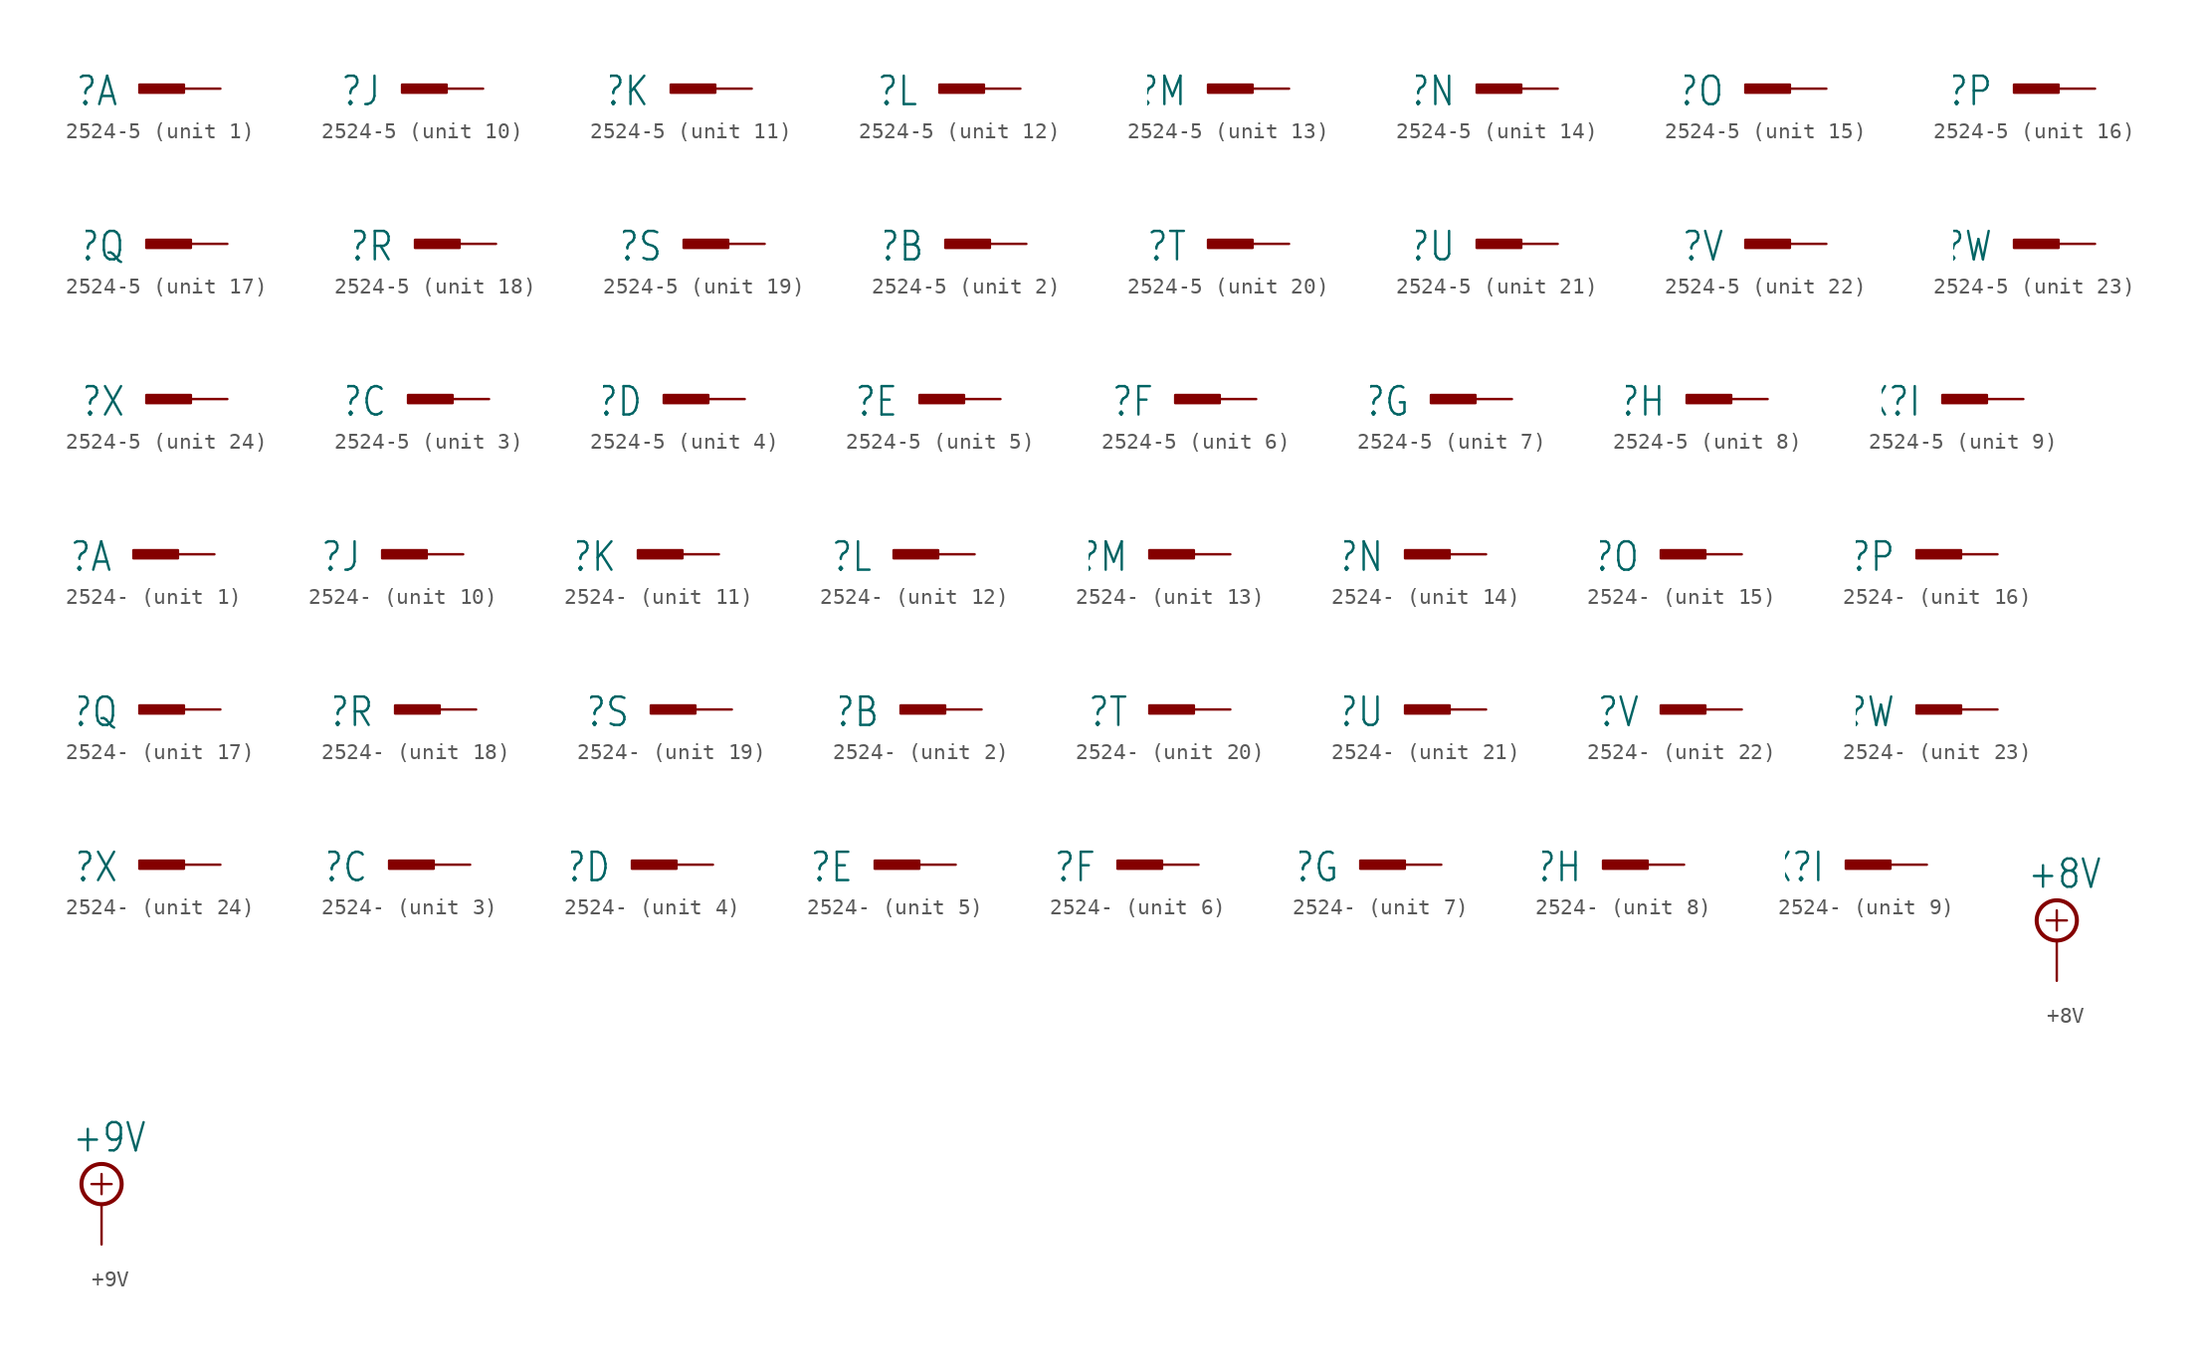
<source format=kicad_sym>
(kicad_symbol_lib
  (version 20211014)
  (generator kicad_symbol_editor)
  (symbol "2524-5"
    (property "Reference" "X"
      (at -1.27 0.889 0)
      (effects (font (size 1.778 1.511)) (justify right top)))
    (property "ki_locked" ""
      (at 0 0 0)
      (effects (font (size 1.27 1.27))))
    (symbol "2524-5_1_0"
      (rectangle (start 0 -0.254) (end 2.794 0.254) (stroke (width 0) (type default) (color 0 0 0 0)) (fill (type outline)))
      (pin passive line (at 5.08 0 180) (length 2.54) (name "KL" (effects (font (size 0 0)))) (number "1" (effects (font (size 0 0))))))
    (symbol "2524-5_2_0"
      (rectangle (start 0 -0.254) (end 2.794 0.254) (stroke (width 0) (type default) (color 0 0 0 0)) (fill (type outline)))
      (pin passive line (at 5.08 0 180) (length 2.54) (name "KL" (effects (font (size 0 0)))) (number "2" (effects (font (size 0 0))))))
    (symbol "2524-5_3_0"
      (rectangle (start 0 -0.254) (end 2.794 0.254) (stroke (width 0) (type default) (color 0 0 0 0)) (fill (type outline)))
      (pin passive line (at 5.08 0 180) (length 2.54) (name "KL" (effects (font (size 0 0)))) (number "3" (effects (font (size 0 0))))))
    (symbol "2524-5_4_0"
      (rectangle (start 0 -0.254) (end 2.794 0.254) (stroke (width 0) (type default) (color 0 0 0 0)) (fill (type outline)))
      (pin passive line (at 5.08 0 180) (length 2.54) (name "KL" (effects (font (size 0 0)))) (number "4" (effects (font (size 0 0))))))
    (symbol "2524-5_5_0"
      (rectangle (start 0 -0.254) (end 2.794 0.254) (stroke (width 0) (type default) (color 0 0 0 0)) (fill (type outline)))
      (pin passive line (at 5.08 0 180) (length 2.54) (name "KL" (effects (font (size 0 0)))) (number "5" (effects (font (size 0 0))))))
    (symbol "2524-5_6_0"
      (rectangle (start 0 -0.254) (end 2.794 0.254) (stroke (width 0) (type default) (color 0 0 0 0)) (fill (type outline)))
      (pin passive line (at 5.08 0 180) (length 2.54) (name "KL" (effects (font (size 0 0)))) (number "6" (effects (font (size 0 0))))))
    (symbol "2524-5_7_0"
      (rectangle (start 0 -0.254) (end 2.794 0.254) (stroke (width 0) (type default) (color 0 0 0 0)) (fill (type outline)))
      (pin passive line (at 5.08 0 180) (length 2.54) (name "KL" (effects (font (size 0 0)))) (number "7" (effects (font (size 0 0))))))
    (symbol "2524-5_8_0"
      (rectangle (start 0 -0.254) (end 2.794 0.254) (stroke (width 0) (type default) (color 0 0 0 0)) (fill (type outline)))
      (pin passive line (at 5.08 0 180) (length 2.54) (name "KL" (effects (font (size 0 0)))) (number "8" (effects (font (size 0 0))))))
    (symbol "2524-5_9_0"
      (rectangle (start 0 -0.254) (end 2.794 0.254) (stroke (width 0) (type default) (color 0 0 0 0)) (fill (type outline)))
      (pin passive line (at 5.08 0 180) (length 2.54) (name "KL" (effects (font (size 0 0)))) (number "9" (effects (font (size 0 0))))))
    (symbol "2524-5_10_0"
      (rectangle (start 0 -0.254) (end 2.794 0.254) (stroke (width 0) (type default) (color 0 0 0 0)) (fill (type outline)))
      (pin passive line (at 5.08 0 180) (length 2.54) (name "KL" (effects (font (size 0 0)))) (number "10" (effects (font (size 0 0))))))
    (symbol "2524-5_11_0"
      (rectangle (start 0 -0.254) (end 2.794 0.254) (stroke (width 0) (type default) (color 0 0 0 0)) (fill (type outline)))
      (pin passive line (at 5.08 0 180) (length 2.54) (name "KL" (effects (font (size 0 0)))) (number "11" (effects (font (size 0 0))))))
    (symbol "2524-5_12_0"
      (rectangle (start 0 -0.254) (end 2.794 0.254) (stroke (width 0) (type default) (color 0 0 0 0)) (fill (type outline)))
      (pin passive line (at 5.08 0 180) (length 2.54) (name "KL" (effects (font (size 0 0)))) (number "12" (effects (font (size 0 0))))))
    (symbol "2524-5_13_0"
      (rectangle (start 0 -0.254) (end 2.794 0.254) (stroke (width 0) (type default) (color 0 0 0 0)) (fill (type outline)))
      (pin passive line (at 5.08 0 180) (length 2.54) (name "KL" (effects (font (size 0 0)))) (number "13" (effects (font (size 0 0))))))
    (symbol "2524-5_14_0"
      (rectangle (start 0 -0.254) (end 2.794 0.254) (stroke (width 0) (type default) (color 0 0 0 0)) (fill (type outline)))
      (pin passive line (at 5.08 0 180) (length 2.54) (name "KL" (effects (font (size 0 0)))) (number "14" (effects (font (size 0 0))))))
    (symbol "2524-5_15_0"
      (rectangle (start 0 -0.254) (end 2.794 0.254) (stroke (width 0) (type default) (color 0 0 0 0)) (fill (type outline)))
      (pin passive line (at 5.08 0 180) (length 2.54) (name "KL" (effects (font (size 0 0)))) (number "15" (effects (font (size 0 0))))))
    (symbol "2524-5_16_0"
      (rectangle (start 0 -0.254) (end 2.794 0.254) (stroke (width 0) (type default) (color 0 0 0 0)) (fill (type outline)))
      (pin passive line (at 5.08 0 180) (length 2.54) (name "KL" (effects (font (size 0 0)))) (number "16" (effects (font (size 0 0))))))
    (symbol "2524-5_17_0"
      (rectangle (start 0 -0.254) (end 2.794 0.254) (stroke (width 0) (type default) (color 0 0 0 0)) (fill (type outline)))
      (pin passive line (at 5.08 0 180) (length 2.54) (name "KL" (effects (font (size 0 0)))) (number "17" (effects (font (size 0 0))))))
    (symbol "2524-5_18_0"
      (rectangle (start 0 -0.254) (end 2.794 0.254) (stroke (width 0) (type default) (color 0 0 0 0)) (fill (type outline)))
      (pin passive line (at 5.08 0 180) (length 2.54) (name "KL" (effects (font (size 0 0)))) (number "18" (effects (font (size 0 0))))))
    (symbol "2524-5_19_0"
      (rectangle (start 0 -0.254) (end 2.794 0.254) (stroke (width 0) (type default) (color 0 0 0 0)) (fill (type outline)))
      (pin passive line (at 5.08 0 180) (length 2.54) (name "KL" (effects (font (size 0 0)))) (number "19" (effects (font (size 0 0))))))
    (symbol "2524-5_20_0"
      (rectangle (start 0 -0.254) (end 2.794 0.254) (stroke (width 0) (type default) (color 0 0 0 0)) (fill (type outline)))
      (pin passive line (at 5.08 0 180) (length 2.54) (name "KL" (effects (font (size 0 0)))) (number "20" (effects (font (size 0 0))))))
    (symbol "2524-5_21_0"
      (rectangle (start 0 -0.254) (end 2.794 0.254) (stroke (width 0) (type default) (color 0 0 0 0)) (fill (type outline)))
      (pin passive line (at 5.08 0 180) (length 2.54) (name "KL" (effects (font (size 0 0)))) (number "21" (effects (font (size 0 0))))))
    (symbol "2524-5_22_0"
      (rectangle (start 0 -0.254) (end 2.794 0.254) (stroke (width 0) (type default) (color 0 0 0 0)) (fill (type outline)))
      (pin passive line (at 5.08 0 180) (length 2.54) (name "KL" (effects (font (size 0 0)))) (number "22" (effects (font (size 0 0))))))
    (symbol "2524-5_23_0"
      (rectangle (start 0 -0.254) (end 2.794 0.254) (stroke (width 0) (type default) (color 0 0 0 0)) (fill (type outline)))
      (pin passive line (at 5.08 0 180) (length 2.54) (name "KL" (effects (font (size 0 0)))) (number "23" (effects (font (size 0 0))))))
    (symbol "2524-5_24_0"
      (rectangle (start 0 -0.254) (end 2.794 0.254) (stroke (width 0) (type default) (color 0 0 0 0)) (fill (type outline)))
      (pin passive line (at 5.08 0 180) (length 2.54) (name "KL" (effects (font (size 0 0)))) (number "24" (effects (font (size 0 0)))))))
  (symbol "2524-"
    (property "Reference" "X"
      (at -1.27 0.889 0)
      (effects (font (size 1.778 1.511)) (justify right top)))
    (property "ki_locked" ""
      (at 0 0 0)
      (effects (font (size 1.27 1.27))))
    (symbol "2524-_1_0"
      (rectangle (start 0 -0.254) (end 2.794 0.254) (stroke (width 0) (type default) (color 0 0 0 0)) (fill (type outline)))
      (pin passive line (at 5.08 0 180) (length 2.54) (name "KL" (effects (font (size 0 0)))) (number "1" (effects (font (size 0 0))))))
    (symbol "2524-_2_0"
      (rectangle (start 0 -0.254) (end 2.794 0.254) (stroke (width 0) (type default) (color 0 0 0 0)) (fill (type outline)))
      (pin passive line (at 5.08 0 180) (length 2.54) (name "KL" (effects (font (size 0 0)))) (number "2" (effects (font (size 0 0))))))
    (symbol "2524-_3_0"
      (rectangle (start 0 -0.254) (end 2.794 0.254) (stroke (width 0) (type default) (color 0 0 0 0)) (fill (type outline)))
      (pin passive line (at 5.08 0 180) (length 2.54) (name "KL" (effects (font (size 0 0)))) (number "3" (effects (font (size 0 0))))))
    (symbol "2524-_4_0"
      (rectangle (start 0 -0.254) (end 2.794 0.254) (stroke (width 0) (type default) (color 0 0 0 0)) (fill (type outline)))
      (pin passive line (at 5.08 0 180) (length 2.54) (name "KL" (effects (font (size 0 0)))) (number "4" (effects (font (size 0 0))))))
    (symbol "2524-_5_0"
      (rectangle (start 0 -0.254) (end 2.794 0.254) (stroke (width 0) (type default) (color 0 0 0 0)) (fill (type outline)))
      (pin passive line (at 5.08 0 180) (length 2.54) (name "KL" (effects (font (size 0 0)))) (number "5" (effects (font (size 0 0))))))
    (symbol "2524-_6_0"
      (rectangle (start 0 -0.254) (end 2.794 0.254) (stroke (width 0) (type default) (color 0 0 0 0)) (fill (type outline)))
      (pin passive line (at 5.08 0 180) (length 2.54) (name "KL" (effects (font (size 0 0)))) (number "6" (effects (font (size 0 0))))))
    (symbol "2524-_7_0"
      (rectangle (start 0 -0.254) (end 2.794 0.254) (stroke (width 0) (type default) (color 0 0 0 0)) (fill (type outline)))
      (pin passive line (at 5.08 0 180) (length 2.54) (name "KL" (effects (font (size 0 0)))) (number "7" (effects (font (size 0 0))))))
    (symbol "2524-_8_0"
      (rectangle (start 0 -0.254) (end 2.794 0.254) (stroke (width 0) (type default) (color 0 0 0 0)) (fill (type outline)))
      (pin passive line (at 5.08 0 180) (length 2.54) (name "KL" (effects (font (size 0 0)))) (number "8" (effects (font (size 0 0))))))
    (symbol "2524-_9_0"
      (rectangle (start 0 -0.254) (end 2.794 0.254) (stroke (width 0) (type default) (color 0 0 0 0)) (fill (type outline)))
      (pin passive line (at 5.08 0 180) (length 2.54) (name "KL" (effects (font (size 0 0)))) (number "9" (effects (font (size 0 0))))))
    (symbol "2524-_10_0"
      (rectangle (start 0 -0.254) (end 2.794 0.254) (stroke (width 0) (type default) (color 0 0 0 0)) (fill (type outline)))
      (pin passive line (at 5.08 0 180) (length 2.54) (name "KL" (effects (font (size 0 0)))) (number "10" (effects (font (size 0 0))))))
    (symbol "2524-_11_0"
      (rectangle (start 0 -0.254) (end 2.794 0.254) (stroke (width 0) (type default) (color 0 0 0 0)) (fill (type outline)))
      (pin passive line (at 5.08 0 180) (length 2.54) (name "KL" (effects (font (size 0 0)))) (number "11" (effects (font (size 0 0))))))
    (symbol "2524-_12_0"
      (rectangle (start 0 -0.254) (end 2.794 0.254) (stroke (width 0) (type default) (color 0 0 0 0)) (fill (type outline)))
      (pin passive line (at 5.08 0 180) (length 2.54) (name "KL" (effects (font (size 0 0)))) (number "12" (effects (font (size 0 0))))))
    (symbol "2524-_13_0"
      (rectangle (start 0 -0.254) (end 2.794 0.254) (stroke (width 0) (type default) (color 0 0 0 0)) (fill (type outline)))
      (pin passive line (at 5.08 0 180) (length 2.54) (name "KL" (effects (font (size 0 0)))) (number "13" (effects (font (size 0 0))))))
    (symbol "2524-_14_0"
      (rectangle (start 0 -0.254) (end 2.794 0.254) (stroke (width 0) (type default) (color 0 0 0 0)) (fill (type outline)))
      (pin passive line (at 5.08 0 180) (length 2.54) (name "KL" (effects (font (size 0 0)))) (number "14" (effects (font (size 0 0))))))
    (symbol "2524-_15_0"
      (rectangle (start 0 -0.254) (end 2.794 0.254) (stroke (width 0) (type default) (color 0 0 0 0)) (fill (type outline)))
      (pin passive line (at 5.08 0 180) (length 2.54) (name "KL" (effects (font (size 0 0)))) (number "15" (effects (font (size 0 0))))))
    (symbol "2524-_16_0"
      (rectangle (start 0 -0.254) (end 2.794 0.254) (stroke (width 0) (type default) (color 0 0 0 0)) (fill (type outline)))
      (pin passive line (at 5.08 0 180) (length 2.54) (name "KL" (effects (font (size 0 0)))) (number "16" (effects (font (size 0 0))))))
    (symbol "2524-_17_0"
      (rectangle (start 0 -0.254) (end 2.794 0.254) (stroke (width 0) (type default) (color 0 0 0 0)) (fill (type outline)))
      (pin passive line (at 5.08 0 180) (length 2.54) (name "KL" (effects (font (size 0 0)))) (number "17" (effects (font (size 0 0))))))
    (symbol "2524-_18_0"
      (rectangle (start 0 -0.254) (end 2.794 0.254) (stroke (width 0) (type default) (color 0 0 0 0)) (fill (type outline)))
      (pin passive line (at 5.08 0 180) (length 2.54) (name "KL" (effects (font (size 0 0)))) (number "18" (effects (font (size 0 0))))))
    (symbol "2524-_19_0"
      (rectangle (start 0 -0.254) (end 2.794 0.254) (stroke (width 0) (type default) (color 0 0 0 0)) (fill (type outline)))
      (pin passive line (at 5.08 0 180) (length 2.54) (name "KL" (effects (font (size 0 0)))) (number "19" (effects (font (size 0 0))))))
    (symbol "2524-_20_0"
      (rectangle (start 0 -0.254) (end 2.794 0.254) (stroke (width 0) (type default) (color 0 0 0 0)) (fill (type outline)))
      (pin passive line (at 5.08 0 180) (length 2.54) (name "KL" (effects (font (size 0 0)))) (number "20" (effects (font (size 0 0))))))
    (symbol "2524-_21_0"
      (rectangle (start 0 -0.254) (end 2.794 0.254) (stroke (width 0) (type default) (color 0 0 0 0)) (fill (type outline)))
      (pin passive line (at 5.08 0 180) (length 2.54) (name "KL" (effects (font (size 0 0)))) (number "21" (effects (font (size 0 0))))))
    (symbol "2524-_22_0"
      (rectangle (start 0 -0.254) (end 2.794 0.254) (stroke (width 0) (type default) (color 0 0 0 0)) (fill (type outline)))
      (pin passive line (at 5.08 0 180) (length 2.54) (name "KL" (effects (font (size 0 0)))) (number "22" (effects (font (size 0 0))))))
    (symbol "2524-_23_0"
      (rectangle (start 0 -0.254) (end 2.794 0.254) (stroke (width 0) (type default) (color 0 0 0 0)) (fill (type outline)))
      (pin passive line (at 5.08 0 180) (length 2.54) (name "KL" (effects (font (size 0 0)))) (number "23" (effects (font (size 0 0))))))
    (symbol "2524-_24_0"
      (rectangle (start 0 -0.254) (end 2.794 0.254) (stroke (width 0) (type default) (color 0 0 0 0)) (fill (type outline)))
      (pin passive line (at 5.08 0 180) (length 2.54) (name "KL" (effects (font (size 0 0)))) (number "24" (effects (font (size 0 0)))))))
  (symbol "+8V"
    (power)
    (property "Reference" "#SUPPLY"
      (at 0 0 0)
      (effects (font (size 1.27 1.27)) hide))
    (property "Value" "+8V"
      (at -1.905 3.175 0)
      (effects (font (size 1.778 1.511)) (justify left bottom)))
    (property "ki_locked" ""
      (at 0 0 0)
      (effects (font (size 1.27 1.27))))
    (symbol "+8V_1_0"
      (polyline (pts (xy -0.635 1.27) (xy 0.635 1.27)) (stroke (width 0.152) (type default) (color 0 0 0 0)) (fill (type none)))
      (polyline (pts (xy 0 0.635) (xy 0 1.905)) (stroke (width 0.152) (type default) (color 0 0 0 0)) (fill (type none)))
      (circle (center 0 1.27) (radius 1.27) (stroke (width 0.254) (type default) (color 0 0 0 0)) (fill (type none)))
      (pin power_in line (at 0 -2.54 90) (length 2.54) (name "+8V" (effects (font (size 0 0)))) (number "1" (effects (font (size 0 0)))))))
  (symbol "+9V"
    (power)
    (property "Reference" "#SUPPLY"
      (at 0 0 0)
      (effects (font (size 1.27 1.27)) hide))
    (property "Value" "+9V"
      (at -1.905 3.175 0)
      (effects (font (size 1.778 1.511)) (justify left bottom)))
    (property "ki_locked" ""
      (at 0 0 0)
      (effects (font (size 1.27 1.27))))
    (symbol "+9V_1_0"
      (polyline (pts (xy -0.635 1.27) (xy 0.635 1.27)) (stroke (width 0.152) (type default) (color 0 0 0 0)) (fill (type none)))
      (polyline (pts (xy 0 0.635) (xy 0 1.905)) (stroke (width 0.152) (type default) (color 0 0 0 0)) (fill (type none)))
      (circle (center 0 1.27) (radius 1.27) (stroke (width 0.254) (type default) (color 0 0 0 0)) (fill (type none)))
      (pin power_in line (at 0 -2.54 90) (length 2.54) (name "+9V" (effects (font (size 0 0)))) (number "1" (effects (font (size 0 0))))))))
</source>
